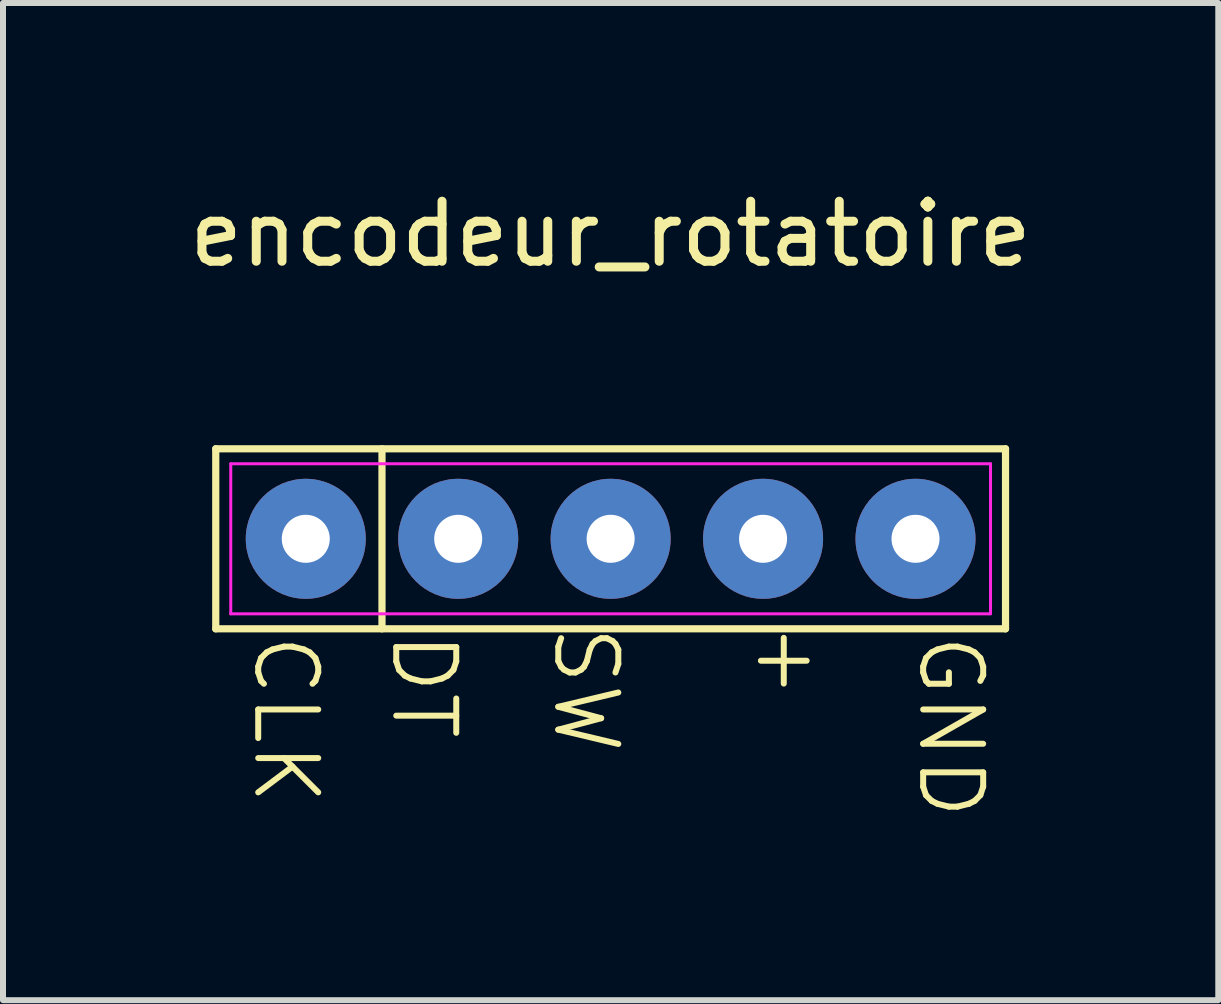
<source format=kicad_pcb>
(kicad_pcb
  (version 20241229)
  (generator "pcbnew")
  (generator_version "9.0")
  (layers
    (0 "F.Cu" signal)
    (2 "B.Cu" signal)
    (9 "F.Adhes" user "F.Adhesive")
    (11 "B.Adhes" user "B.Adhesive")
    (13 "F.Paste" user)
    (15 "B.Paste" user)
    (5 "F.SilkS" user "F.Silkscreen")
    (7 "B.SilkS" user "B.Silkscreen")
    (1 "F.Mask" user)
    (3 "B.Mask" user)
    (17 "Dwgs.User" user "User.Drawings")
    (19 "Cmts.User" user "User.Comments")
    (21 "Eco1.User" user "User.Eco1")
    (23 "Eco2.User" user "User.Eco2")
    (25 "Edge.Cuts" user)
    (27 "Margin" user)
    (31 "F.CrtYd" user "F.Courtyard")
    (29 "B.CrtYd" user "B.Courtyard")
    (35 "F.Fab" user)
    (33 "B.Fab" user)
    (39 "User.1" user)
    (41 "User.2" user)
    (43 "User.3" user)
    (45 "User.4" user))
  (footprint "encodeur_rotatoire"
    (layer "F.Cu")
    (at 7.125 5.928)
    (property "Reference" "encodeur_rotatoire" (at 0 -5.08 0) (layer "F.SilkS") (effects (font (size 1 1) (thickness 0.15))))
    (attr through_hole)
    (fp_line (start -6.58 -1.5) (end 6.58 -1.5) (stroke (width 0.12) (type default)) (layer "F.SilkS"))
    (fp_line (start -6.58 1.5) (end -6.58 -1.5) (stroke (width 0.12) (type default)) (layer "F.SilkS"))
    (fp_line (start -3.81 -1.5) (end -3.81 1.5) (stroke (width 0.12) (type default)) (layer "F.SilkS"))
    (fp_line (start 6.58 -1.5) (end 6.58 1.5) (stroke (width 0.12) (type default)) (layer "F.SilkS"))
    (fp_line (start 6.58 1.5) (end -6.58 1.5) (stroke (width 0.12) (type default)) (layer "F.SilkS"))
    (fp_line (start -6.33 -1.25) (end 6.33 -1.25) (stroke (width 0.05) (type default)) (layer "F.CrtYd"))
    (fp_line (start -6.33 1.25) (end -6.33 -1.25) (stroke (width 0.05) (type default)) (layer "F.CrtYd"))
    (fp_line (start 6.33 -1.25) (end 6.33 1.25) (stroke (width 0.05) (type default)) (layer "F.CrtYd"))
    (fp_line (start 6.33 1.25) (end -6.33 1.25) (stroke (width 0.05) (type default)) (layer "F.CrtYd"))
    (fp_text user "SW" (at -1 1.4 270) (unlocked yes) (layer "F.SilkS") (effects (font (size 1 1) (thickness 0.1)) (justify left bottom)))
    (fp_text user "CLK" (at -6 1.54 270) (unlocked yes) (layer "F.SilkS") (effects (font (size 1 1) (thickness 0.1)) (justify left bottom)))
    (fp_text user "DT" (at -3.7 1.5 270) (unlocked yes) (layer "F.SilkS") (effects (font (size 1 1) (thickness 0.1)) (justify left bottom)))
    (fp_text user "GND" (at 5.08 1.54 270) (unlocked yes) (layer "F.SilkS") (effects (font (size 1 1) (thickness 0.1)) (justify left bottom)))
    (fp_text user "+" (at 2.2 2.54 0) (unlocked yes) (layer "F.SilkS") (effects (font (size 1 1) (thickness 0.1)) (justify left bottom)))
    (pad "1" thru_hole circle (at -5.08 0) (size 2 2) (drill 0.8) (layers "*.Cu" "*.Mask"))
    (pad "2" thru_hole circle (at -2.54 0) (size 2 2) (drill 0.8) (layers "*.Cu" "*.Mask"))
    (pad "3" thru_hole circle (at 0 0) (size 2 2) (drill 0.8) (layers "*.Cu" "*.Mask"))
    (pad "4" thru_hole circle (at 2.54 0) (size 2 2) (drill 0.8) (layers "*.Cu" "*.Mask"))
    (pad "5" thru_hole circle (at 5.08 0) (size 2 2) (drill 0.8) (layers "*.Cu" "*.Mask")))
  (gr_rect
    (start -3 -3)
    (end 17.25 13.616)
    (stroke (width 0.1) (type default))
    (fill no)
    (layer "Edge.Cuts")))
</source>
